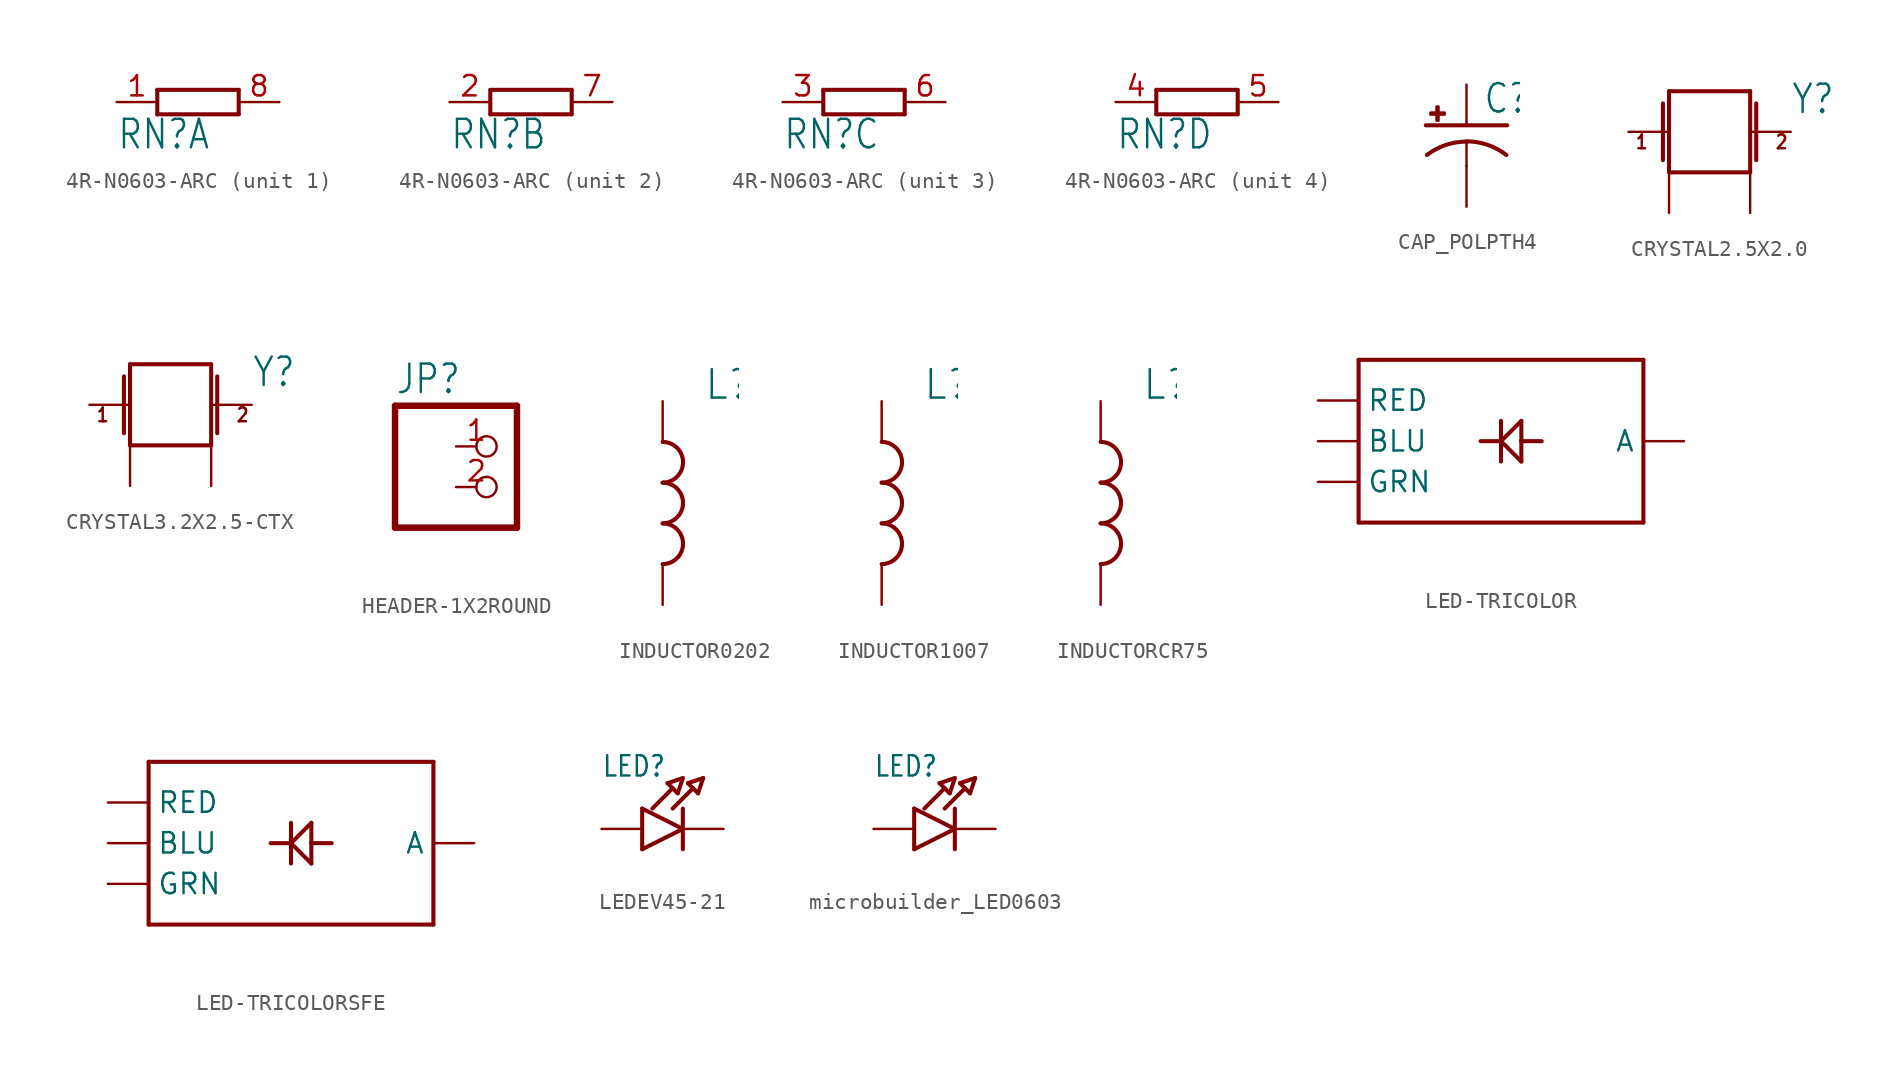
<source format=kicad_sym>
(kicad_symbol_lib
  (version 20231120)
  (generator "kicad_symbol_editor")
  (generator_version "8.0")
  (symbol "4R-N0603-ARC"
    (property "Reference" "RN"
      (at -5.08 -3.048 0)
      (effects (font (size 1.778 1.511)) (justify left bottom)))
    (property "Value" ""
      (at 2.54 -3.048 0)
      (effects (font (size 1.778 1.511)) (justify left bottom)))
    (property "ki_locked" ""
      (at 0 0 0)
      (effects (font (size 1.27 1.27))))
    (symbol "4R-N0603-ARC_1_0"
      (polyline (pts (xy -2.54 -0.762) (xy 2.54 -0.762)) (stroke (width 0.254) (type solid)) (fill (type none)))
      (polyline (pts (xy -2.54 0.762) (xy -2.54 -0.762)) (stroke (width 0.254) (type solid)) (fill (type none)))
      (polyline (pts (xy 2.54 -0.762) (xy 2.54 0.762)) (stroke (width 0.254) (type solid)) (fill (type none)))
      (polyline (pts (xy 2.54 0.762) (xy -2.54 0.762)) (stroke (width 0.254) (type solid)) (fill (type none)))
      (pin passive line (at -5.08 0 0) (length 2.54) (name "1" (effects (font (size 0 0)))) (number "1" (effects (font (size 1.27 1.27)))))
      (pin passive line (at 5.08 0 180) (length 2.54) (name "2" (effects (font (size 0 0)))) (number "8" (effects (font (size 1.27 1.27))))))
    (symbol "4R-N0603-ARC_2_0"
      (polyline (pts (xy -2.54 -0.762) (xy 2.54 -0.762)) (stroke (width 0.254) (type solid)) (fill (type none)))
      (polyline (pts (xy -2.54 0.762) (xy -2.54 -0.762)) (stroke (width 0.254) (type solid)) (fill (type none)))
      (polyline (pts (xy 2.54 -0.762) (xy 2.54 0.762)) (stroke (width 0.254) (type solid)) (fill (type none)))
      (polyline (pts (xy 2.54 0.762) (xy -2.54 0.762)) (stroke (width 0.254) (type solid)) (fill (type none)))
      (pin passive line (at -5.08 0 0) (length 2.54) (name "1" (effects (font (size 0 0)))) (number "2" (effects (font (size 1.27 1.27)))))
      (pin passive line (at 5.08 0 180) (length 2.54) (name "2" (effects (font (size 0 0)))) (number "7" (effects (font (size 1.27 1.27))))))
    (symbol "4R-N0603-ARC_3_0"
      (polyline (pts (xy -2.54 -0.762) (xy 2.54 -0.762)) (stroke (width 0.254) (type solid)) (fill (type none)))
      (polyline (pts (xy -2.54 0.762) (xy -2.54 -0.762)) (stroke (width 0.254) (type solid)) (fill (type none)))
      (polyline (pts (xy 2.54 -0.762) (xy 2.54 0.762)) (stroke (width 0.254) (type solid)) (fill (type none)))
      (polyline (pts (xy 2.54 0.762) (xy -2.54 0.762)) (stroke (width 0.254) (type solid)) (fill (type none)))
      (pin passive line (at -5.08 0 0) (length 2.54) (name "1" (effects (font (size 0 0)))) (number "3" (effects (font (size 1.27 1.27)))))
      (pin passive line (at 5.08 0 180) (length 2.54) (name "2" (effects (font (size 0 0)))) (number "6" (effects (font (size 1.27 1.27))))))
    (symbol "4R-N0603-ARC_4_0"
      (polyline (pts (xy -2.54 -0.762) (xy 2.54 -0.762)) (stroke (width 0.254) (type solid)) (fill (type none)))
      (polyline (pts (xy -2.54 0.762) (xy -2.54 -0.762)) (stroke (width 0.254) (type solid)) (fill (type none)))
      (polyline (pts (xy 2.54 -0.762) (xy 2.54 0.762)) (stroke (width 0.254) (type solid)) (fill (type none)))
      (polyline (pts (xy 2.54 0.762) (xy -2.54 0.762)) (stroke (width 0.254) (type solid)) (fill (type none)))
      (pin passive line (at -5.08 0 0) (length 2.54) (name "1" (effects (font (size 0 0)))) (number "4" (effects (font (size 1.27 1.27)))))
      (pin passive line (at 5.08 0 180) (length 2.54) (name "2" (effects (font (size 0 0)))) (number "5" (effects (font (size 1.27 1.27)))))))
  (symbol "CAP_POLPTH4"
    (property "Reference" "C"
      (at 1.016 0.635 0)
      (effects (font (size 1.778 1.511)) (justify left bottom)))
    (property "Value" ""
      (at 1.016 -4.191 0)
      (effects (font (size 1.778 1.511)) (justify left bottom)))
    (property "ki_locked" ""
      (at 0 0 0)
      (effects (font (size 1.27 1.27))))
    (symbol "CAP_POLPTH4_1_0"
      (rectangle (start -2.253 0.668) (end -1.364 0.795) (stroke (width 0) (type default)) (fill (type outline)))
      (rectangle (start -1.872 0.287) (end -1.745 1.176) (stroke (width 0) (type default)) (fill (type outline)))
      (arc (start 0 -1.0161) (mid -1.3021 -1.2303) (end -2.4669 -1.8504) (stroke (width 0.254) (type solid)) (fill (type none)))
      (polyline (pts (xy -2.54 0) (xy 2.54 0)) (stroke (width 0.254) (type solid)) (fill (type none)))
      (polyline (pts (xy 0 -1.016) (xy 0 -2.54)) (stroke (width 0.152) (type solid)) (fill (type none)))
      (arc (start 2.4892 -1.8541) (mid 1.3158 -1.2194) (end 0 -1) (stroke (width 0.254) (type solid)) (fill (type none)))
      (pin passive line (at 0 2.54 270) (length 2.54) (name "+" (effects (font (size 0 0)))) (number "1" (effects (font (size 0 0)))))
      (pin passive line (at 0 -5.08 90) (length 2.54) (name "-" (effects (font (size 0 0)))) (number "2" (effects (font (size 0 0)))))))
  (symbol "CRYSTAL2.5X2.0"
    (property "Reference" "Y"
      (at 5.08 1.016 0)
      (effects (font (size 1.778 1.511)) (justify left bottom)))
    (property "Value" ""
      (at 5.08 -2.54 0)
      (effects (font (size 1.778 1.511)) (justify left bottom)))
    (property "ki_locked" ""
      (at 0 0 0)
      (effects (font (size 1.27 1.27))))
    (symbol "CRYSTAL2.5X2.0_1_0"
      (polyline (pts (xy -2.921 1.778) (xy -2.921 -1.778)) (stroke (width 0.254) (type solid)) (fill (type none)))
      (polyline (pts (xy -2.54 -2.54) (xy 2.54 -2.54)) (stroke (width 0.254) (type solid)) (fill (type none)))
      (polyline (pts (xy -2.54 2.54) (xy -2.54 -2.54)) (stroke (width 0.254) (type solid)) (fill (type none)))
      (polyline (pts (xy 2.54 -2.54) (xy 2.54 2.54)) (stroke (width 0.254) (type solid)) (fill (type none)))
      (polyline (pts (xy 2.54 2.54) (xy -2.54 2.54)) (stroke (width 0.254) (type solid)) (fill (type none)))
      (polyline (pts (xy 2.921 1.778) (xy 2.921 -1.778)) (stroke (width 0.254) (type solid)) (fill (type none)))
      (text "1" (at -4.699 -1.143 0) (effects (font (size 0.864 0.734)) (justify left bottom)))
      (text "2" (at 4.064 -1.143 0) (effects (font (size 0.864 0.734)) (justify left bottom)))
      (pin passive line (at 5.08 0 180) (length 2.54) (name "1" (effects (font (size 0 0)))) (number "1" (effects (font (size 0 0)))))
      (pin power_in line (at -2.54 -5.08 90) (length 2.54) (name "P$1" (effects (font (size 0 0)))) (number "2" (effects (font (size 0 0)))))
      (pin passive line (at -5.08 0 0) (length 2.54) (name "2" (effects (font (size 0 0)))) (number "3" (effects (font (size 0 0)))))
      (pin power_in line (at 2.54 -5.08 90) (length 2.54) (name "P$2" (effects (font (size 0 0)))) (number "4" (effects (font (size 0 0)))))))
  (symbol "CRYSTAL3.2X2.5-CTX"
    (property "Reference" "Y"
      (at 5.08 1.016 0)
      (effects (font (size 1.778 1.511)) (justify left bottom)))
    (property "Value" ""
      (at 5.08 -2.54 0)
      (effects (font (size 1.778 1.511)) (justify left bottom)))
    (property "ki_locked" ""
      (at 0 0 0)
      (effects (font (size 1.27 1.27))))
    (symbol "CRYSTAL3.2X2.5-CTX_1_0"
      (polyline (pts (xy -2.921 1.778) (xy -2.921 -1.778)) (stroke (width 0.254) (type solid)) (fill (type none)))
      (polyline (pts (xy -2.54 -2.54) (xy 2.54 -2.54)) (stroke (width 0.254) (type solid)) (fill (type none)))
      (polyline (pts (xy -2.54 2.54) (xy -2.54 -2.54)) (stroke (width 0.254) (type solid)) (fill (type none)))
      (polyline (pts (xy 2.54 -2.54) (xy 2.54 2.54)) (stroke (width 0.254) (type solid)) (fill (type none)))
      (polyline (pts (xy 2.54 2.54) (xy -2.54 2.54)) (stroke (width 0.254) (type solid)) (fill (type none)))
      (polyline (pts (xy 2.921 1.778) (xy 2.921 -1.778)) (stroke (width 0.254) (type solid)) (fill (type none)))
      (text "1" (at -4.699 -1.143 0) (effects (font (size 0.864 0.734)) (justify left bottom)))
      (text "2" (at 4.064 -1.143 0) (effects (font (size 0.864 0.734)) (justify left bottom)))
      (pin passive line (at 5.08 0 180) (length 2.54) (name "1" (effects (font (size 0 0)))) (number "1" (effects (font (size 0 0)))))
      (pin power_in line (at -2.54 -5.08 90) (length 2.54) (name "P$1" (effects (font (size 0 0)))) (number "2" (effects (font (size 0 0)))))
      (pin passive line (at -5.08 0 0) (length 2.54) (name "2" (effects (font (size 0 0)))) (number "3" (effects (font (size 0 0)))))
      (pin power_in line (at 2.54 -5.08 90) (length 2.54) (name "P$2" (effects (font (size 0 0)))) (number "4" (effects (font (size 0 0)))))))
  (symbol "HEADER-1X2ROUND"
    (property "Reference" "JP"
      (at -6.35 5.715 0)
      (effects (font (size 1.778 1.511)) (justify left bottom)))
    (property "Value" ""
      (at -6.35 -5.08 0)
      (effects (font (size 1.778 1.511)) (justify left bottom)))
    (property "ki_locked" ""
      (at 0 0 0)
      (effects (font (size 1.27 1.27))))
    (symbol "HEADER-1X2ROUND_1_0"
      (polyline (pts (xy -6.35 -2.54) (xy 1.27 -2.54)) (stroke (width 0.406) (type solid)) (fill (type none)))
      (polyline (pts (xy -6.35 5.08) (xy -6.35 -2.54)) (stroke (width 0.406) (type solid)) (fill (type none)))
      (polyline (pts (xy 1.27 -2.54) (xy 1.27 5.08)) (stroke (width 0.406) (type solid)) (fill (type none)))
      (polyline (pts (xy 1.27 5.08) (xy -6.35 5.08)) (stroke (width 0.406) (type solid)) (fill (type none)))
      (pin passive inverted (at -2.54 2.54 0) (length 2.54) (name "1" (effects (font (size 0 0)))) (number "1" (effects (font (size 1.27 1.27)))))
      (pin passive inverted (at -2.54 0 0) (length 2.54) (name "2" (effects (font (size 0 0)))) (number "2" (effects (font (size 1.27 1.27)))))))
  (symbol "INDUCTOR0202"
    (property "Reference" "L"
      (at 2.54 5.08 0)
      (effects (font (size 1.778 1.778)) (justify left bottom)))
    (property "Value" ""
      (at 2.54 -5.08 0)
      (effects (font (size 1.778 1.778)) (justify left bottom)))
    (property "ki_locked" ""
      (at 0 0 0)
      (effects (font (size 1.27 1.27))))
    (symbol "INDUCTOR0202_1_0"
      (arc (start 0 -5.08) (mid 0.898 -4.708) (end 1.27 -3.81) (stroke (width 0.254) (type solid)) (fill (type none)))
      (arc (start 0 -2.54) (mid 0.898 -2.168) (end 1.27 -1.27) (stroke (width 0.254) (type solid)) (fill (type none)))
      (arc (start 0 0) (mid 0.898 0.372) (end 1.27 1.27) (stroke (width 0.254) (type solid)) (fill (type none)))
      (arc (start 1.27 -3.81) (mid 0.898 -2.912) (end 0 -2.54) (stroke (width 0.254) (type solid)) (fill (type none)))
      (arc (start 1.27 -1.27) (mid 0.898 -0.372) (end 0 0) (stroke (width 0.254) (type solid)) (fill (type none)))
      (arc (start 1.27 1.27) (mid 0.898 2.168) (end 0 2.54) (stroke (width 0.254) (type solid)) (fill (type none)))
      (pin passive line (at 0 5.08 270) (length 2.54) (name "1" (effects (font (size 0 0)))) (number "1" (effects (font (size 0 0)))))
      (pin passive line (at 0 -7.62 90) (length 2.54) (name "2" (effects (font (size 0 0)))) (number "2" (effects (font (size 0 0)))))))
  (symbol "INDUCTOR1007"
    (property "Reference" "L"
      (at 2.54 5.08 0)
      (effects (font (size 1.778 1.778)) (justify left bottom)))
    (property "Value" ""
      (at 2.54 -5.08 0)
      (effects (font (size 1.778 1.778)) (justify left bottom)))
    (property "ki_locked" ""
      (at 0 0 0)
      (effects (font (size 1.27 1.27))))
    (symbol "INDUCTOR1007_1_0"
      (arc (start 0 -5.08) (mid 0.898 -4.708) (end 1.27 -3.81) (stroke (width 0.254) (type solid)) (fill (type none)))
      (arc (start 0 -2.54) (mid 0.898 -2.168) (end 1.27 -1.27) (stroke (width 0.254) (type solid)) (fill (type none)))
      (arc (start 0 0) (mid 0.898 0.372) (end 1.27 1.27) (stroke (width 0.254) (type solid)) (fill (type none)))
      (arc (start 1.27 -3.81) (mid 0.898 -2.912) (end 0 -2.54) (stroke (width 0.254) (type solid)) (fill (type none)))
      (arc (start 1.27 -1.27) (mid 0.898 -0.372) (end 0 0) (stroke (width 0.254) (type solid)) (fill (type none)))
      (arc (start 1.27 1.27) (mid 0.898 2.168) (end 0 2.54) (stroke (width 0.254) (type solid)) (fill (type none)))
      (pin passive line (at 0 5.08 270) (length 2.54) (name "1" (effects (font (size 0 0)))) (number "1" (effects (font (size 0 0)))))
      (pin passive line (at 0 -7.62 90) (length 2.54) (name "2" (effects (font (size 0 0)))) (number "2" (effects (font (size 0 0)))))))
  (symbol "INDUCTORCR75"
    (property "Reference" "L"
      (at 2.54 5.08 0)
      (effects (font (size 1.778 1.778)) (justify left bottom)))
    (property "Value" ""
      (at 2.54 -5.08 0)
      (effects (font (size 1.778 1.778)) (justify left bottom)))
    (property "ki_locked" ""
      (at 0 0 0)
      (effects (font (size 1.27 1.27))))
    (symbol "INDUCTORCR75_1_0"
      (arc (start 0 -5.08) (mid 0.898 -4.708) (end 1.27 -3.81) (stroke (width 0.254) (type solid)) (fill (type none)))
      (arc (start 0 -2.54) (mid 0.898 -2.168) (end 1.27 -1.27) (stroke (width 0.254) (type solid)) (fill (type none)))
      (arc (start 0 0) (mid 0.898 0.372) (end 1.27 1.27) (stroke (width 0.254) (type solid)) (fill (type none)))
      (arc (start 1.27 -3.81) (mid 0.898 -2.912) (end 0 -2.54) (stroke (width 0.254) (type solid)) (fill (type none)))
      (arc (start 1.27 -1.27) (mid 0.898 -0.372) (end 0 0) (stroke (width 0.254) (type solid)) (fill (type none)))
      (arc (start 1.27 1.27) (mid 0.898 2.168) (end 0 2.54) (stroke (width 0.254) (type solid)) (fill (type none)))
      (pin passive line (at 0 5.08 270) (length 2.54) (name "1" (effects (font (size 0 0)))) (number "P$1" (effects (font (size 0 0)))))
      (pin passive line (at 0 -7.62 90) (length 2.54) (name "2" (effects (font (size 0 0)))) (number "P$2" (effects (font (size 0 0)))))))
  (symbol "LED-TRICOLOR"
    (property "Reference" ""
      (at -7.62 3.302 0)
      (effects (font (size 1.778 1.511)) (justify left bottom) (hide yes)))
    (property "Value" ""
      (at -7.62 -10.16 0)
      (effects (font (size 1.778 1.511)) (justify left bottom)))
    (property "ki_locked" ""
      (at 0 0 0)
      (effects (font (size 1.27 1.27))))
    (symbol "LED-TRICOLOR_1_0"
      (polyline (pts (xy -7.62 -7.62) (xy -7.62 2.54)) (stroke (width 0.254) (type solid)) (fill (type none)))
      (polyline (pts (xy -7.62 2.54) (xy 10.16 2.54)) (stroke (width 0.254) (type solid)) (fill (type none)))
      (polyline (pts (xy 1.27 -3.81) (xy 1.27 -2.54)) (stroke (width 0.254) (type solid)) (fill (type none)))
      (polyline (pts (xy 1.27 -2.54) (xy 0 -2.54)) (stroke (width 0.254) (type solid)) (fill (type none)))
      (polyline (pts (xy 1.27 -2.54) (xy 1.27 -1.27)) (stroke (width 0.254) (type solid)) (fill (type none)))
      (polyline (pts (xy 1.27 -2.54) (xy 2.54 -3.81)) (stroke (width 0.254) (type solid)) (fill (type none)))
      (polyline (pts (xy 2.54 -3.81) (xy 2.54 -2.54)) (stroke (width 0.254) (type solid)) (fill (type none)))
      (polyline (pts (xy 2.54 -2.54) (xy 2.54 -1.27)) (stroke (width 0.254) (type solid)) (fill (type none)))
      (polyline (pts (xy 2.54 -2.54) (xy 3.81 -2.54)) (stroke (width 0.254) (type solid)) (fill (type none)))
      (polyline (pts (xy 2.54 -1.27) (xy 1.27 -2.54)) (stroke (width 0.254) (type solid)) (fill (type none)))
      (polyline (pts (xy 10.16 -7.62) (xy -7.62 -7.62)) (stroke (width 0.254) (type solid)) (fill (type none)))
      (polyline (pts (xy 10.16 2.54) (xy 10.16 -7.62)) (stroke (width 0.254) (type solid)) (fill (type none)))
      (pin bidirectional line (at 12.7 -2.54 180) (length 2.54) (name "A" (effects (font (size 1.27 1.27)))) (number "A" (effects (font (size 0 0)))))
      (pin bidirectional line (at -10.16 -2.54 0) (length 2.54) (name "BLU" (effects (font (size 1.27 1.27)))) (number "B" (effects (font (size 0 0)))))
      (pin bidirectional line (at -10.16 -5.08 0) (length 2.54) (name "GRN" (effects (font (size 1.27 1.27)))) (number "G" (effects (font (size 0 0)))))
      (pin bidirectional line (at -10.16 0 0) (length 2.54) (name "RED" (effects (font (size 1.27 1.27)))) (number "R" (effects (font (size 0 0)))))))
  (symbol "LED-TRICOLORSFE"
    (property "Reference" ""
      (at -7.62 3.302 0)
      (effects (font (size 1.778 1.511)) (justify left bottom) (hide yes)))
    (property "Value" ""
      (at -7.62 -10.16 0)
      (effects (font (size 1.778 1.511)) (justify left bottom)))
    (property "ki_locked" ""
      (at 0 0 0)
      (effects (font (size 1.27 1.27))))
    (symbol "LED-TRICOLORSFE_1_0"
      (polyline (pts (xy -7.62 -7.62) (xy -7.62 2.54)) (stroke (width 0.254) (type solid)) (fill (type none)))
      (polyline (pts (xy -7.62 2.54) (xy 10.16 2.54)) (stroke (width 0.254) (type solid)) (fill (type none)))
      (polyline (pts (xy 1.27 -3.81) (xy 1.27 -2.54)) (stroke (width 0.254) (type solid)) (fill (type none)))
      (polyline (pts (xy 1.27 -2.54) (xy 0 -2.54)) (stroke (width 0.254) (type solid)) (fill (type none)))
      (polyline (pts (xy 1.27 -2.54) (xy 1.27 -1.27)) (stroke (width 0.254) (type solid)) (fill (type none)))
      (polyline (pts (xy 1.27 -2.54) (xy 2.54 -3.81)) (stroke (width 0.254) (type solid)) (fill (type none)))
      (polyline (pts (xy 2.54 -3.81) (xy 2.54 -2.54)) (stroke (width 0.254) (type solid)) (fill (type none)))
      (polyline (pts (xy 2.54 -2.54) (xy 2.54 -1.27)) (stroke (width 0.254) (type solid)) (fill (type none)))
      (polyline (pts (xy 2.54 -2.54) (xy 3.81 -2.54)) (stroke (width 0.254) (type solid)) (fill (type none)))
      (polyline (pts (xy 2.54 -1.27) (xy 1.27 -2.54)) (stroke (width 0.254) (type solid)) (fill (type none)))
      (polyline (pts (xy 10.16 -7.62) (xy -7.62 -7.62)) (stroke (width 0.254) (type solid)) (fill (type none)))
      (polyline (pts (xy 10.16 2.54) (xy 10.16 -7.62)) (stroke (width 0.254) (type solid)) (fill (type none)))
      (pin bidirectional line (at 12.7 -2.54 180) (length 2.54) (name "A" (effects (font (size 1.27 1.27)))) (number "A" (effects (font (size 0 0)))))
      (pin bidirectional line (at -10.16 -2.54 0) (length 2.54) (name "BLU" (effects (font (size 1.27 1.27)))) (number "B" (effects (font (size 0 0)))))
      (pin bidirectional line (at -10.16 -5.08 0) (length 2.54) (name "GRN" (effects (font (size 1.27 1.27)))) (number "G" (effects (font (size 0 0)))))
      (pin bidirectional line (at -10.16 0 0) (length 2.54) (name "RED" (effects (font (size 1.27 1.27)))) (number "R" (effects (font (size 0 0)))))))
  (symbol "LEDEV45-21"
    (property "Reference" "LED"
      (at -5.08 3.175 0)
      (effects (font (size 1.27 1.079)) (justify left bottom)))
    (property "Value" ""
      (at -5.08 -2.794 0)
      (effects (font (size 1.27 1.079)) (justify left bottom)))
    (property "ki_locked" ""
      (at 0 0 0)
      (effects (font (size 1.27 1.27))))
    (symbol "LEDEV45-21_1_0"
      (polyline (pts (xy -2.54 -1.27) (xy 0 0)) (stroke (width 0.254) (type solid)) (fill (type none)))
      (polyline (pts (xy -2.54 1.27) (xy -2.54 -1.27)) (stroke (width 0.254) (type solid)) (fill (type none)))
      (polyline (pts (xy -1.905 1.27) (xy -0.635 2.54)) (stroke (width 0.254) (type solid)) (fill (type none)))
      (polyline (pts (xy -0.953 2.857) (xy -0.318 2.223)) (stroke (width 0.254) (type solid)) (fill (type none)))
      (polyline (pts (xy -0.635 1.27) (xy 0.635 2.54)) (stroke (width 0.254) (type solid)) (fill (type none)))
      (polyline (pts (xy -0.318 2.223) (xy 0 3.175)) (stroke (width 0.254) (type solid)) (fill (type none)))
      (polyline (pts (xy 0 0) (xy -2.54 1.27)) (stroke (width 0.254) (type solid)) (fill (type none)))
      (polyline (pts (xy 0 0) (xy 0 -1.27)) (stroke (width 0.254) (type solid)) (fill (type none)))
      (polyline (pts (xy 0 1.27) (xy 0 0)) (stroke (width 0.254) (type solid)) (fill (type none)))
      (polyline (pts (xy 0 3.175) (xy -0.953 2.857)) (stroke (width 0.254) (type solid)) (fill (type none)))
      (polyline (pts (xy 0.318 2.857) (xy 0.953 2.223)) (stroke (width 0.254) (type solid)) (fill (type none)))
      (polyline (pts (xy 0.953 2.223) (xy 1.27 3.175)) (stroke (width 0.254) (type solid)) (fill (type none)))
      (polyline (pts (xy 1.27 3.175) (xy 0.318 2.857)) (stroke (width 0.254) (type solid)) (fill (type none)))
      (pin passive line (at -5.08 0 0) (length 2.54) (name "A" (effects (font (size 0 0)))) (number "A" (effects (font (size 0 0)))))
      (pin passive line (at 2.54 0 180) (length 2.54) (name "C" (effects (font (size 0 0)))) (number "K" (effects (font (size 0 0)))))))
  (symbol "microbuilder_LED0603"
    (property "Reference" "LED"
      (at -5.08 3.175 0)
      (effects (font (size 1.27 1.079)) (justify left bottom)))
    (property "Value" ""
      (at -5.08 -2.794 0)
      (effects (font (size 1.27 1.079)) (justify left bottom)))
    (property "ki_locked" ""
      (at 0 0 0)
      (effects (font (size 1.27 1.27))))
    (symbol "microbuilder_LED0603_1_0"
      (polyline (pts (xy -2.54 -1.27) (xy 0 0)) (stroke (width 0.254) (type solid)) (fill (type none)))
      (polyline (pts (xy -2.54 1.27) (xy -2.54 -1.27)) (stroke (width 0.254) (type solid)) (fill (type none)))
      (polyline (pts (xy -1.905 1.27) (xy -0.635 2.54)) (stroke (width 0.254) (type solid)) (fill (type none)))
      (polyline (pts (xy -0.953 2.857) (xy -0.318 2.223)) (stroke (width 0.254) (type solid)) (fill (type none)))
      (polyline (pts (xy -0.635 1.27) (xy 0.635 2.54)) (stroke (width 0.254) (type solid)) (fill (type none)))
      (polyline (pts (xy -0.318 2.223) (xy 0 3.175)) (stroke (width 0.254) (type solid)) (fill (type none)))
      (polyline (pts (xy 0 0) (xy -2.54 1.27)) (stroke (width 0.254) (type solid)) (fill (type none)))
      (polyline (pts (xy 0 0) (xy 0 -1.27)) (stroke (width 0.254) (type solid)) (fill (type none)))
      (polyline (pts (xy 0 1.27) (xy 0 0)) (stroke (width 0.254) (type solid)) (fill (type none)))
      (polyline (pts (xy 0 3.175) (xy -0.953 2.857)) (stroke (width 0.254) (type solid)) (fill (type none)))
      (polyline (pts (xy 0.318 2.857) (xy 0.953 2.223)) (stroke (width 0.254) (type solid)) (fill (type none)))
      (polyline (pts (xy 0.953 2.223) (xy 1.27 3.175)) (stroke (width 0.254) (type solid)) (fill (type none)))
      (polyline (pts (xy 1.27 3.175) (xy 0.318 2.857)) (stroke (width 0.254) (type solid)) (fill (type none)))
      (pin passive line (at -5.08 0 0) (length 2.54) (name "A" (effects (font (size 0 0)))) (number "A" (effects (font (size 0 0)))))
      (pin passive line (at 2.54 0 180) (length 2.54) (name "C" (effects (font (size 0 0)))) (number "C" (effects (font (size 0 0))))))))
</source>
